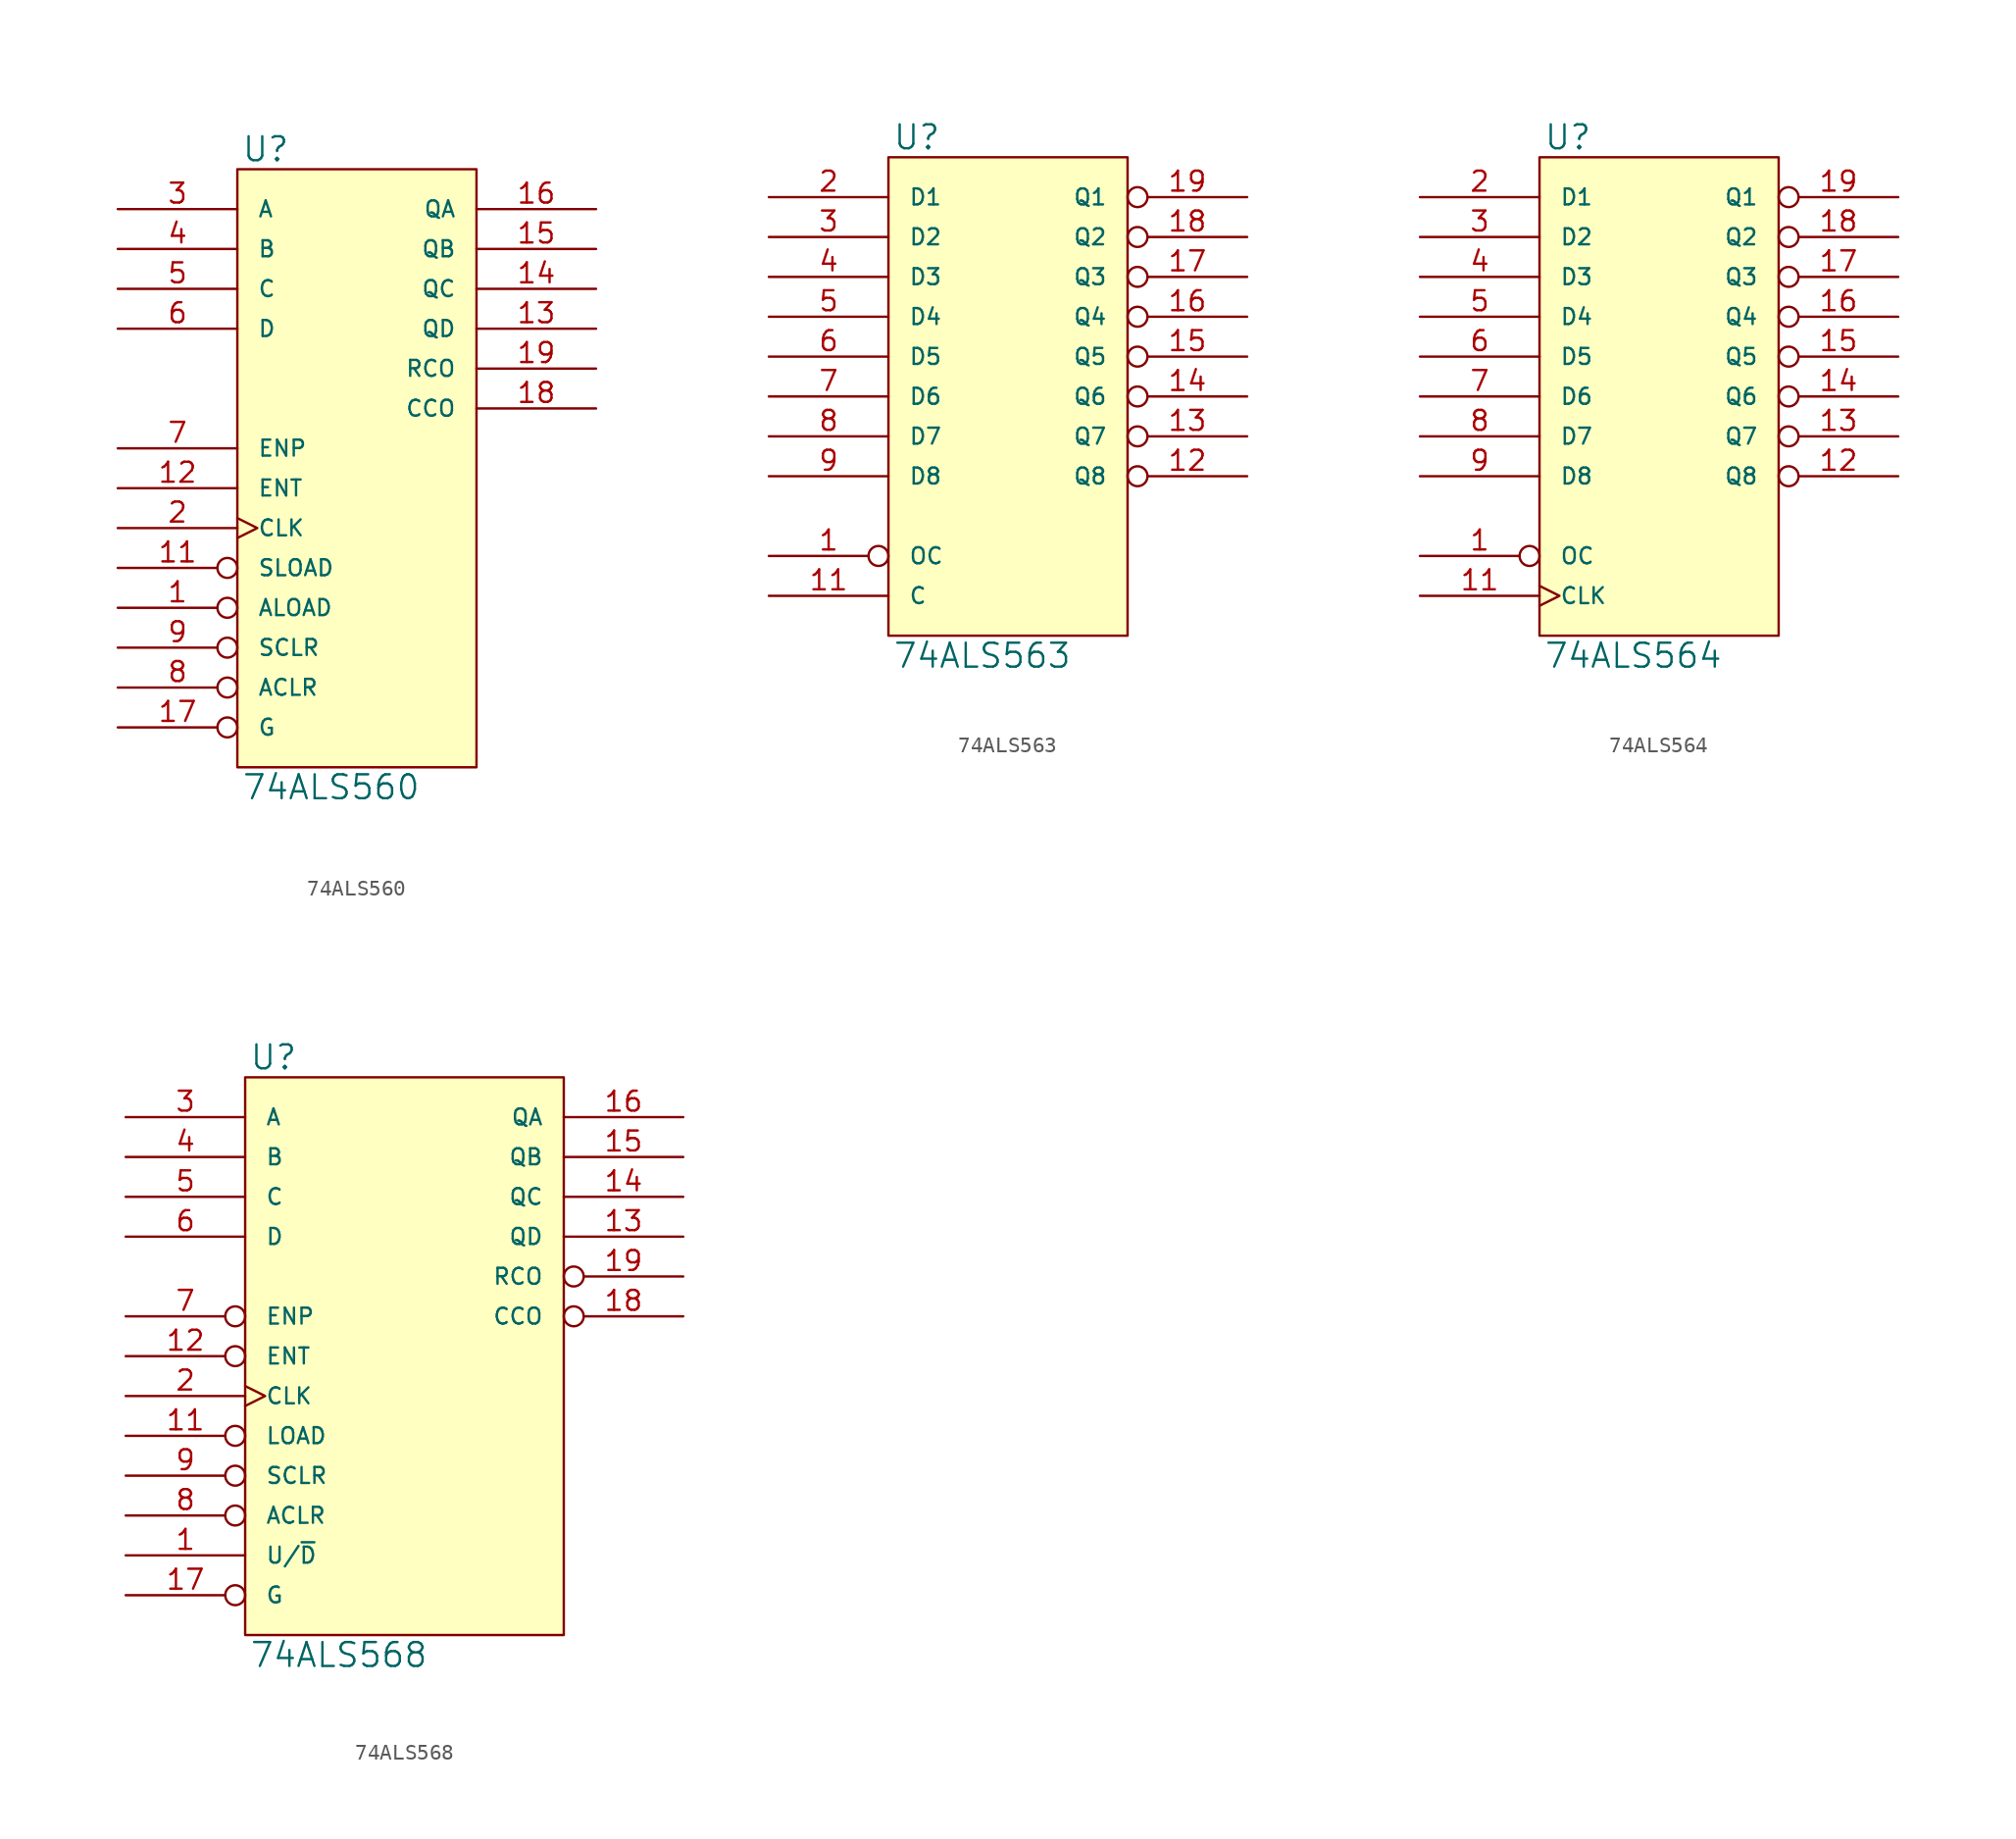
<source format=kicad_sym>
(kicad_symbol_lib
  (version 20231120)
  (generator "kicad_symbol_editor")
  (generator_version "8.0")
  (symbol "74ALS560"
    (pin_names
      (offset 1.27))
    (property "Reference" "U"
      (at 0.254 0.381 0)
      (effects (font (size 1.524 1.524)) (justify left bottom)))
    (property "Value" "74ALS560"
      (at 0.254 -38.481 0)
      (effects (font (size 1.524 1.524)) (justify left top)))
    (symbol "74ALS560_0_1"
      (rectangle (start 0 0) (end 15.24 -38.1) (stroke (width 0) (type solid)) (fill (type background))))
    (symbol "74ALS560_1_1"
      (pin input inverted (at -7.62 -27.94 0) (length 7.62) (name "ALOAD" (effects (font (size 1.016 1.016)))) (number "1" (effects (font (size 1.27 1.27)))))
      (pin power_in line (at 0 -38.1 90) (length 0) hide (name "GND" (effects (font (size 1.016 1.016)))) (number "10" (effects (font (size 1.27 1.27)))))
      (pin input inverted (at -7.62 -25.4 0) (length 7.62) (name "SLOAD" (effects (font (size 1.016 1.016)))) (number "11" (effects (font (size 1.27 1.27)))))
      (pin input line (at -7.62 -20.32 0) (length 7.62) (name "ENT" (effects (font (size 1.016 1.016)))) (number "12" (effects (font (size 1.27 1.27)))))
      (pin tri_state line (at 22.86 -10.16 180) (length 7.62) (name "QD" (effects (font (size 1.016 1.016)))) (number "13" (effects (font (size 1.27 1.27)))))
      (pin tri_state line (at 22.86 -7.62 180) (length 7.62) (name "QC" (effects (font (size 1.016 1.016)))) (number "14" (effects (font (size 1.27 1.27)))))
      (pin tri_state line (at 22.86 -5.08 180) (length 7.62) (name "QB" (effects (font (size 1.016 1.016)))) (number "15" (effects (font (size 1.27 1.27)))))
      (pin tri_state line (at 22.86 -2.54 180) (length 7.62) (name "QA" (effects (font (size 1.016 1.016)))) (number "16" (effects (font (size 1.27 1.27)))))
      (pin input inverted (at -7.62 -35.56 0) (length 7.62) (name "G" (effects (font (size 1.016 1.016)))) (number "17" (effects (font (size 1.27 1.27)))))
      (pin output line (at 22.86 -15.24 180) (length 7.62) (name "CCO" (effects (font (size 1.016 1.016)))) (number "18" (effects (font (size 1.27 1.27)))))
      (pin output line (at 22.86 -12.7 180) (length 7.62) (name "RCO" (effects (font (size 1.016 1.016)))) (number "19" (effects (font (size 1.27 1.27)))))
      (pin input clock (at -7.62 -22.86 0) (length 7.62) (name "CLK" (effects (font (size 1.016 1.016)))) (number "2" (effects (font (size 1.27 1.27)))))
      (pin power_in line (at 0 0 270) (length 0) hide (name "VCC" (effects (font (size 1.016 1.016)))) (number "20" (effects (font (size 1.27 1.27)))))
      (pin input line (at -7.62 -2.54 0) (length 7.62) (name "A" (effects (font (size 1.016 1.016)))) (number "3" (effects (font (size 1.27 1.27)))))
      (pin input line (at -7.62 -5.08 0) (length 7.62) (name "B" (effects (font (size 1.016 1.016)))) (number "4" (effects (font (size 1.27 1.27)))))
      (pin input line (at -7.62 -7.62 0) (length 7.62) (name "C" (effects (font (size 1.016 1.016)))) (number "5" (effects (font (size 1.27 1.27)))))
      (pin input line (at -7.62 -10.16 0) (length 7.62) (name "D" (effects (font (size 1.016 1.016)))) (number "6" (effects (font (size 1.27 1.27)))))
      (pin input line (at -7.62 -17.78 0) (length 7.62) (name "ENP" (effects (font (size 1.016 1.016)))) (number "7" (effects (font (size 1.27 1.27)))))
      (pin input inverted (at -7.62 -33.02 0) (length 7.62) (name "ACLR" (effects (font (size 1.016 1.016)))) (number "8" (effects (font (size 1.27 1.27)))))
      (pin input inverted (at -7.62 -30.48 0) (length 7.62) (name "SCLR" (effects (font (size 1.016 1.016)))) (number "9" (effects (font (size 1.27 1.27)))))))
  (symbol "74ALS563"
    (pin_names
      (offset 1.27))
    (property "Reference" "U"
      (at 0.254 0.381 0)
      (effects (font (size 1.524 1.524)) (justify left bottom)))
    (property "Value" "74ALS563"
      (at 0.254 -30.861 0)
      (effects (font (size 1.524 1.524)) (justify left top)))
    (symbol "74ALS563_0_1"
      (rectangle (start 0 0) (end 15.24 -30.48) (stroke (width 0) (type solid)) (fill (type background))))
    (symbol "74ALS563_1_1"
      (pin input inverted (at -7.62 -25.4 0) (length 7.62) (name "OC" (effects (font (size 1.016 1.016)))) (number "1" (effects (font (size 1.27 1.27)))))
      (pin power_in line (at 0 -30.48 90) (length 0) hide (name "GND" (effects (font (size 1.016 1.016)))) (number "10" (effects (font (size 1.27 1.27)))))
      (pin input line (at -7.62 -27.94 0) (length 7.62) (name "C" (effects (font (size 1.016 1.016)))) (number "11" (effects (font (size 1.27 1.27)))))
      (pin tri_state inverted (at 22.86 -20.32 180) (length 7.62) (name "Q8" (effects (font (size 1.016 1.016)))) (number "12" (effects (font (size 1.27 1.27)))))
      (pin tri_state inverted (at 22.86 -17.78 180) (length 7.62) (name "Q7" (effects (font (size 1.016 1.016)))) (number "13" (effects (font (size 1.27 1.27)))))
      (pin tri_state inverted (at 22.86 -15.24 180) (length 7.62) (name "Q6" (effects (font (size 1.016 1.016)))) (number "14" (effects (font (size 1.27 1.27)))))
      (pin tri_state inverted (at 22.86 -12.7 180) (length 7.62) (name "Q5" (effects (font (size 1.016 1.016)))) (number "15" (effects (font (size 1.27 1.27)))))
      (pin tri_state inverted (at 22.86 -10.16 180) (length 7.62) (name "Q4" (effects (font (size 1.016 1.016)))) (number "16" (effects (font (size 1.27 1.27)))))
      (pin tri_state inverted (at 22.86 -7.62 180) (length 7.62) (name "Q3" (effects (font (size 1.016 1.016)))) (number "17" (effects (font (size 1.27 1.27)))))
      (pin tri_state inverted (at 22.86 -5.08 180) (length 7.62) (name "Q2" (effects (font (size 1.016 1.016)))) (number "18" (effects (font (size 1.27 1.27)))))
      (pin tri_state inverted (at 22.86 -2.54 180) (length 7.62) (name "Q1" (effects (font (size 1.016 1.016)))) (number "19" (effects (font (size 1.27 1.27)))))
      (pin input line (at -7.62 -2.54 0) (length 7.62) (name "D1" (effects (font (size 1.016 1.016)))) (number "2" (effects (font (size 1.27 1.27)))))
      (pin power_in line (at 0 0 270) (length 0) hide (name "VCC" (effects (font (size 1.016 1.016)))) (number "20" (effects (font (size 1.27 1.27)))))
      (pin input line (at -7.62 -5.08 0) (length 7.62) (name "D2" (effects (font (size 1.016 1.016)))) (number "3" (effects (font (size 1.27 1.27)))))
      (pin input line (at -7.62 -7.62 0) (length 7.62) (name "D3" (effects (font (size 1.016 1.016)))) (number "4" (effects (font (size 1.27 1.27)))))
      (pin input line (at -7.62 -10.16 0) (length 7.62) (name "D4" (effects (font (size 1.016 1.016)))) (number "5" (effects (font (size 1.27 1.27)))))
      (pin input line (at -7.62 -12.7 0) (length 7.62) (name "D5" (effects (font (size 1.016 1.016)))) (number "6" (effects (font (size 1.27 1.27)))))
      (pin input line (at -7.62 -15.24 0) (length 7.62) (name "D6" (effects (font (size 1.016 1.016)))) (number "7" (effects (font (size 1.27 1.27)))))
      (pin input line (at -7.62 -17.78 0) (length 7.62) (name "D7" (effects (font (size 1.016 1.016)))) (number "8" (effects (font (size 1.27 1.27)))))
      (pin input line (at -7.62 -20.32 0) (length 7.62) (name "D8" (effects (font (size 1.016 1.016)))) (number "9" (effects (font (size 1.27 1.27)))))))
  (symbol "74ALS564"
    (pin_names
      (offset 1.27))
    (property "Reference" "U"
      (at 0.254 0.381 0)
      (effects (font (size 1.524 1.524)) (justify left bottom)))
    (property "Value" "74ALS564"
      (at 0.254 -30.861 0)
      (effects (font (size 1.524 1.524)) (justify left top)))
    (symbol "74ALS564_0_1"
      (rectangle (start 0 0) (end 15.24 -30.48) (stroke (width 0) (type solid)) (fill (type background))))
    (symbol "74ALS564_1_1"
      (pin input inverted (at -7.62 -25.4 0) (length 7.62) (name "OC" (effects (font (size 1.016 1.016)))) (number "1" (effects (font (size 1.27 1.27)))))
      (pin power_in line (at 0 -30.48 90) (length 0) hide (name "GND" (effects (font (size 1.016 1.016)))) (number "10" (effects (font (size 1.27 1.27)))))
      (pin input clock (at -7.62 -27.94 0) (length 7.62) (name "CLK" (effects (font (size 1.016 1.016)))) (number "11" (effects (font (size 1.27 1.27)))))
      (pin tri_state inverted (at 22.86 -20.32 180) (length 7.62) (name "Q8" (effects (font (size 1.016 1.016)))) (number "12" (effects (font (size 1.27 1.27)))))
      (pin tri_state inverted (at 22.86 -17.78 180) (length 7.62) (name "Q7" (effects (font (size 1.016 1.016)))) (number "13" (effects (font (size 1.27 1.27)))))
      (pin tri_state inverted (at 22.86 -15.24 180) (length 7.62) (name "Q6" (effects (font (size 1.016 1.016)))) (number "14" (effects (font (size 1.27 1.27)))))
      (pin tri_state inverted (at 22.86 -12.7 180) (length 7.62) (name "Q5" (effects (font (size 1.016 1.016)))) (number "15" (effects (font (size 1.27 1.27)))))
      (pin tri_state inverted (at 22.86 -10.16 180) (length 7.62) (name "Q4" (effects (font (size 1.016 1.016)))) (number "16" (effects (font (size 1.27 1.27)))))
      (pin tri_state inverted (at 22.86 -7.62 180) (length 7.62) (name "Q3" (effects (font (size 1.016 1.016)))) (number "17" (effects (font (size 1.27 1.27)))))
      (pin tri_state inverted (at 22.86 -5.08 180) (length 7.62) (name "Q2" (effects (font (size 1.016 1.016)))) (number "18" (effects (font (size 1.27 1.27)))))
      (pin tri_state inverted (at 22.86 -2.54 180) (length 7.62) (name "Q1" (effects (font (size 1.016 1.016)))) (number "19" (effects (font (size 1.27 1.27)))))
      (pin input line (at -7.62 -2.54 0) (length 7.62) (name "D1" (effects (font (size 1.016 1.016)))) (number "2" (effects (font (size 1.27 1.27)))))
      (pin power_in line (at 0 0 270) (length 0) hide (name "VCC" (effects (font (size 1.016 1.016)))) (number "20" (effects (font (size 1.27 1.27)))))
      (pin input line (at -7.62 -5.08 0) (length 7.62) (name "D2" (effects (font (size 1.016 1.016)))) (number "3" (effects (font (size 1.27 1.27)))))
      (pin input line (at -7.62 -7.62 0) (length 7.62) (name "D3" (effects (font (size 1.016 1.016)))) (number "4" (effects (font (size 1.27 1.27)))))
      (pin input line (at -7.62 -10.16 0) (length 7.62) (name "D4" (effects (font (size 1.016 1.016)))) (number "5" (effects (font (size 1.27 1.27)))))
      (pin input line (at -7.62 -12.7 0) (length 7.62) (name "D5" (effects (font (size 1.016 1.016)))) (number "6" (effects (font (size 1.27 1.27)))))
      (pin input line (at -7.62 -15.24 0) (length 7.62) (name "D6" (effects (font (size 1.016 1.016)))) (number "7" (effects (font (size 1.27 1.27)))))
      (pin input line (at -7.62 -17.78 0) (length 7.62) (name "D7" (effects (font (size 1.016 1.016)))) (number "8" (effects (font (size 1.27 1.27)))))
      (pin input line (at -7.62 -20.32 0) (length 7.62) (name "D8" (effects (font (size 1.016 1.016)))) (number "9" (effects (font (size 1.27 1.27)))))))
  (symbol "74ALS568"
    (pin_names
      (offset 1.27))
    (property "Reference" "U"
      (at 0.254 0.381 0)
      (effects (font (size 1.524 1.524)) (justify left bottom)))
    (property "Value" "74ALS568"
      (at 0.254 -35.941 0)
      (effects (font (size 1.524 1.524)) (justify left top)))
    (symbol "74ALS568_0_1"
      (rectangle (start 0 0) (end 20.32 -35.56) (stroke (width 0) (type solid)) (fill (type background))))
    (symbol "74ALS568_1_1"
      (pin input line (at -7.62 -30.48 0) (length 7.62) (name "U/~{D}" (effects (font (size 1.016 1.016)))) (number "1" (effects (font (size 1.27 1.27)))))
      (pin power_in line (at 0 -35.56 90) (length 0) hide (name "GND" (effects (font (size 1.016 1.016)))) (number "10" (effects (font (size 1.27 1.27)))))
      (pin input inverted (at -7.62 -22.86 0) (length 7.62) (name "LOAD" (effects (font (size 1.016 1.016)))) (number "11" (effects (font (size 1.27 1.27)))))
      (pin input inverted (at -7.62 -17.78 0) (length 7.62) (name "ENT" (effects (font (size 1.016 1.016)))) (number "12" (effects (font (size 1.27 1.27)))))
      (pin tri_state line (at 27.94 -10.16 180) (length 7.62) (name "QD" (effects (font (size 1.016 1.016)))) (number "13" (effects (font (size 1.27 1.27)))))
      (pin tri_state line (at 27.94 -7.62 180) (length 7.62) (name "QC" (effects (font (size 1.016 1.016)))) (number "14" (effects (font (size 1.27 1.27)))))
      (pin tri_state line (at 27.94 -5.08 180) (length 7.62) (name "QB" (effects (font (size 1.016 1.016)))) (number "15" (effects (font (size 1.27 1.27)))))
      (pin tri_state line (at 27.94 -2.54 180) (length 7.62) (name "QA" (effects (font (size 1.016 1.016)))) (number "16" (effects (font (size 1.27 1.27)))))
      (pin input inverted (at -7.62 -33.02 0) (length 7.62) (name "G" (effects (font (size 1.016 1.016)))) (number "17" (effects (font (size 1.27 1.27)))))
      (pin output inverted (at 27.94 -15.24 180) (length 7.62) (name "CCO" (effects (font (size 1.016 1.016)))) (number "18" (effects (font (size 1.27 1.27)))))
      (pin output inverted (at 27.94 -12.7 180) (length 7.62) (name "RCO" (effects (font (size 1.016 1.016)))) (number "19" (effects (font (size 1.27 1.27)))))
      (pin input clock (at -7.62 -20.32 0) (length 7.62) (name "CLK" (effects (font (size 1.016 1.016)))) (number "2" (effects (font (size 1.27 1.27)))))
      (pin power_in line (at 0 0 270) (length 0) hide (name "VCC" (effects (font (size 1.016 1.016)))) (number "20" (effects (font (size 1.27 1.27)))))
      (pin input line (at -7.62 -2.54 0) (length 7.62) (name "A" (effects (font (size 1.016 1.016)))) (number "3" (effects (font (size 1.27 1.27)))))
      (pin input line (at -7.62 -5.08 0) (length 7.62) (name "B" (effects (font (size 1.016 1.016)))) (number "4" (effects (font (size 1.27 1.27)))))
      (pin input line (at -7.62 -7.62 0) (length 7.62) (name "C" (effects (font (size 1.016 1.016)))) (number "5" (effects (font (size 1.27 1.27)))))
      (pin input line (at -7.62 -10.16 0) (length 7.62) (name "D" (effects (font (size 1.016 1.016)))) (number "6" (effects (font (size 1.27 1.27)))))
      (pin input inverted (at -7.62 -15.24 0) (length 7.62) (name "ENP" (effects (font (size 1.016 1.016)))) (number "7" (effects (font (size 1.27 1.27)))))
      (pin input inverted (at -7.62 -27.94 0) (length 7.62) (name "ACLR" (effects (font (size 1.016 1.016)))) (number "8" (effects (font (size 1.27 1.27)))))
      (pin input inverted (at -7.62 -25.4 0) (length 7.62) (name "SCLR" (effects (font (size 1.016 1.016)))) (number "9" (effects (font (size 1.27 1.27))))))))
</source>
